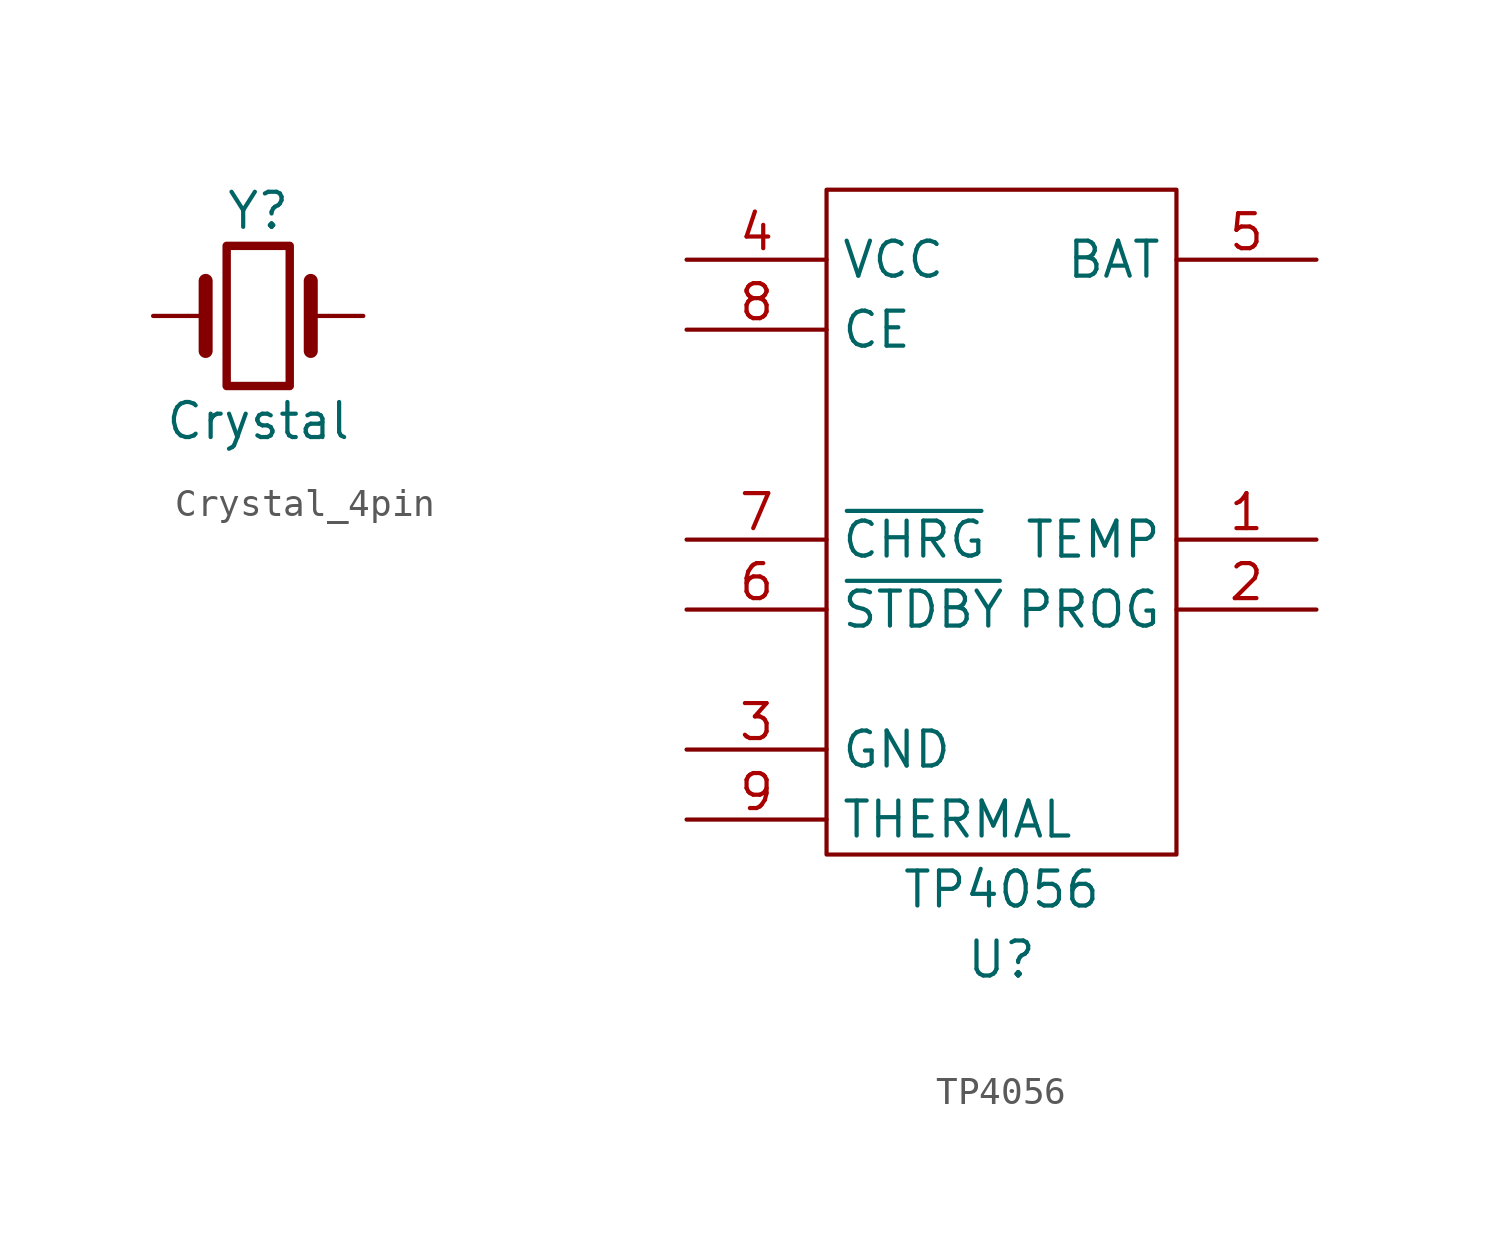
<source format=kicad_sym>
(kicad_symbol_lib
  (version 20220914)
  (generator kicad_symbol_editor)
  (symbol "Crystal_4pin"
    (pin_numbers hide)
    (pin_names
      (offset 1.016) hide)
    (property "Reference" "Y"
      (at 0 3.81 0)
      (effects (font (size 1.27 1.27))))
    (property "Value" "Crystal"
      (at 0 -3.81 0)
      (effects (font (size 1.27 1.27))))
    (symbol "Crystal_4pin_0_1"
      (rectangle (start -1.143 2.54) (end 1.143 -2.54) (stroke (width 0.305) (type default)) (fill (type none)))
      (polyline (pts (xy -2.54 0) (xy -1.905 0)) (stroke (width 0) (type default)) (fill (type none)))
      (polyline (pts (xy -1.905 -1.27) (xy -1.905 1.27)) (stroke (width 0.508) (type default)) (fill (type none)))
      (polyline (pts (xy 1.905 -1.27) (xy 1.905 1.27)) (stroke (width 0.508) (type default)) (fill (type none)))
      (polyline (pts (xy 2.54 0) (xy 1.905 0)) (stroke (width 0) (type default)) (fill (type none))))
    (symbol "Crystal_4pin_1_0"
      (pin no_connect line (at 7.62 6.35 180) (length 5.08) hide (name "" (effects (font (size 1.27 1.27)))) (number "2" (effects (font (size 1.27 1.27)))))
      (pin no_connect line (at 7.62 3.81 180) (length 5.08) hide (name "" (effects (font (size 1.27 1.27)))) (number "4" (effects (font (size 1.27 1.27))))))
    (symbol "Crystal_4pin_1_1"
      (pin passive line (at -3.81 0 0) (length 1.27) (name "1" (effects (font (size 1.27 1.27)))) (number "1" (effects (font (size 1.27 1.27)))))
      (pin passive line (at 3.81 0 180) (length 1.27) (name "3" (effects (font (size 1.27 1.27)))) (number "3" (effects (font (size 1.27 1.27)))))))
  (symbol "TP4056"
    (property "Reference" "U"
      (at 0 -1.27 0)
      (effects (font (size 1.27 1.27))))
    (property "Value" "TP4056"
      (at 0 1.27 0)
      (effects (font (size 1.27 1.27))))
    (symbol "TP4056_0_1"
      (rectangle (start -6.35 26.67) (end 6.35 2.54) (stroke (width 0) (type default)) (fill (type none))))
    (symbol "TP4056_1_1"
      (pin input line (at 11.43 13.97 180) (length 5.08) (name "TEMP" (effects (font (size 1.27 1.27)))) (number "1" (effects (font (size 1.27 1.27)))))
      (pin input line (at 11.43 11.43 180) (length 5.08) (name "PROG" (effects (font (size 1.27 1.27)))) (number "2" (effects (font (size 1.27 1.27)))))
      (pin input line (at -11.43 6.35 0) (length 5.08) (name "GND" (effects (font (size 1.27 1.27)))) (number "3" (effects (font (size 1.27 1.27)))))
      (pin power_in line (at -11.43 24.13 0) (length 5.08) (name "VCC" (effects (font (size 1.27 1.27)))) (number "4" (effects (font (size 1.27 1.27)))))
      (pin passive line (at 11.43 24.13 180) (length 5.08) (name "BAT" (effects (font (size 1.27 1.27)))) (number "5" (effects (font (size 1.27 1.27)))))
      (pin open_collector line (at -11.43 11.43 0) (length 5.08) (name "~{STDBY}" (effects (font (size 1.27 1.27)))) (number "6" (effects (font (size 1.27 1.27)))))
      (pin open_collector line (at -11.43 13.97 0) (length 5.08) (name "~{CHRG}" (effects (font (size 1.27 1.27)))) (number "7" (effects (font (size 1.27 1.27)))))
      (pin input line (at -11.43 21.59 0) (length 5.08) (name "CE" (effects (font (size 1.27 1.27)))) (number "8" (effects (font (size 1.27 1.27)))))
      (pin input line (at -11.43 3.81 0) (length 5.08) (name "THERMAL" (effects (font (size 1.27 1.27)))) (number "9" (effects (font (size 1.27 1.27))))))))
</source>
